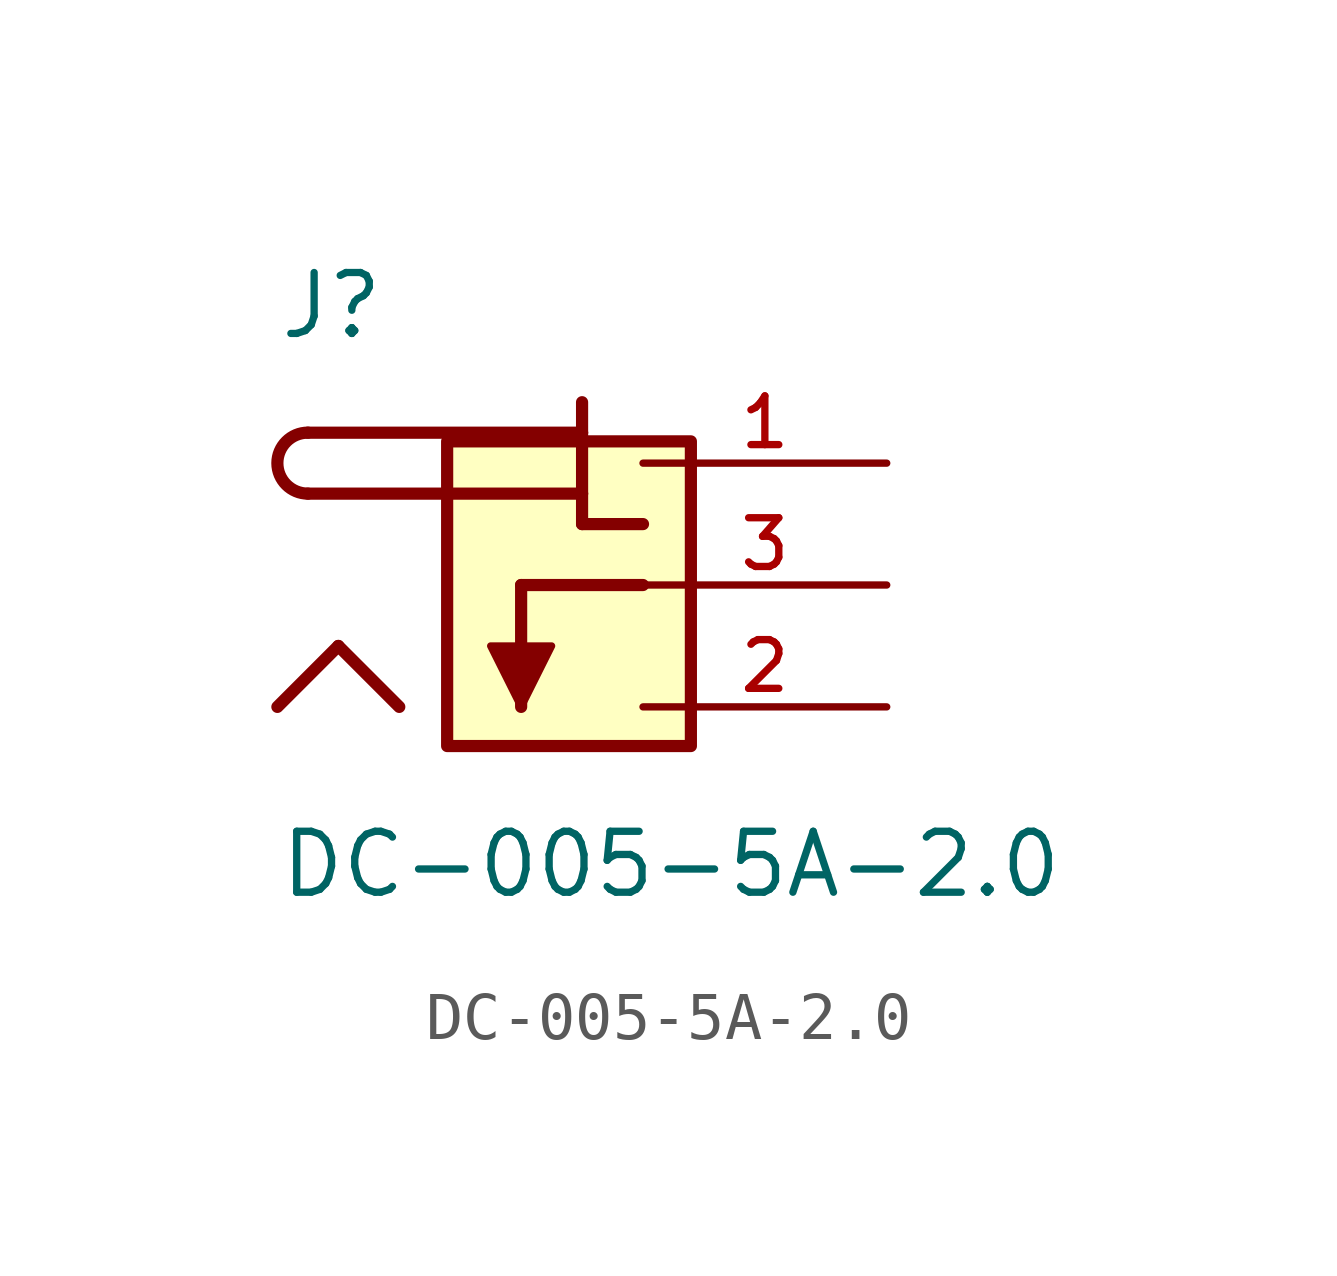
<source format=kicad_sym>
(kicad_symbol_lib
  (version 20220914)
  (generator kicad_symbol_editor)
  (symbol "DC-005-5A-2.0"
    (pin_names
      (offset 1.016))
    (property "Reference" "J"
      (at -5.08 5.08 0)
      (effects (font (size 1.27 1.27)) (justify left bottom)))
    (property "Value" "DC-005-5A-2.0"
      (at -5.08 -5.08 0)
      (effects (font (size 1.27 1.27)) (justify left top)))
    (symbol "DC-005-5A-2.0_0_0"
      (arc (start -4.445 3.175) (mid -5.0773 2.54) (end -4.445 1.905) (stroke (width 0.254) (type default)) (fill (type none)))
      (rectangle (start -1.542 -3.356) (end 3.538 2.994) (stroke (width 0.254) (type default)) (fill (type background)))
      (polyline (pts (xy -4.445 1.905) (xy 1.27 1.905)) (stroke (width 0.254) (type default)) (fill (type none)))
      (polyline (pts (xy -4.445 3.175) (xy 1.27 3.175)) (stroke (width 0.254) (type default)) (fill (type none)))
      (polyline (pts (xy -3.81 -1.27) (xy -5.08 -2.54)) (stroke (width 0.254) (type default)) (fill (type none)))
      (polyline (pts (xy -2.54 -2.54) (xy -3.81 -1.27)) (stroke (width 0.254) (type default)) (fill (type none)))
      (polyline (pts (xy 0 0) (xy 0 -2.54)) (stroke (width 0.254) (type default)) (fill (type none)))
      (polyline (pts (xy 1.27 1.27) (xy 2.54 1.27)) (stroke (width 0.254) (type default)) (fill (type none)))
      (polyline (pts (xy 1.27 1.905) (xy 1.27 1.27)) (stroke (width 0.254) (type default)) (fill (type none)))
      (polyline (pts (xy 1.27 3.175) (xy 1.27 1.905)) (stroke (width 0.254) (type default)) (fill (type none)))
      (polyline (pts (xy 1.27 3.81) (xy 1.27 3.175)) (stroke (width 0.254) (type default)) (fill (type none)))
      (polyline (pts (xy 2.54 0) (xy 0 0)) (stroke (width 0.254) (type default)) (fill (type none)))
      (polyline (pts (xy -0.635 -1.27) (xy 0.635 -1.27) (xy 0 -2.54) (xy -0.635 -1.27)) (stroke (width 0.152) (type default)) (fill (type outline)))
      (pin passive line (at 7.62 2.54 180) (length 5.08) (name "~" (effects (font (size 1.016 1.016)))) (number "1" (effects (font (size 1.016 1.016)))))
      (pin passive line (at 7.62 -2.54 180) (length 5.08) (name "~" (effects (font (size 1.016 1.016)))) (number "2" (effects (font (size 1.016 1.016)))))
      (pin passive line (at 7.62 0 180) (length 5.08) (name "~" (effects (font (size 1.016 1.016)))) (number "3" (effects (font (size 1.016 1.016))))))))
</source>
